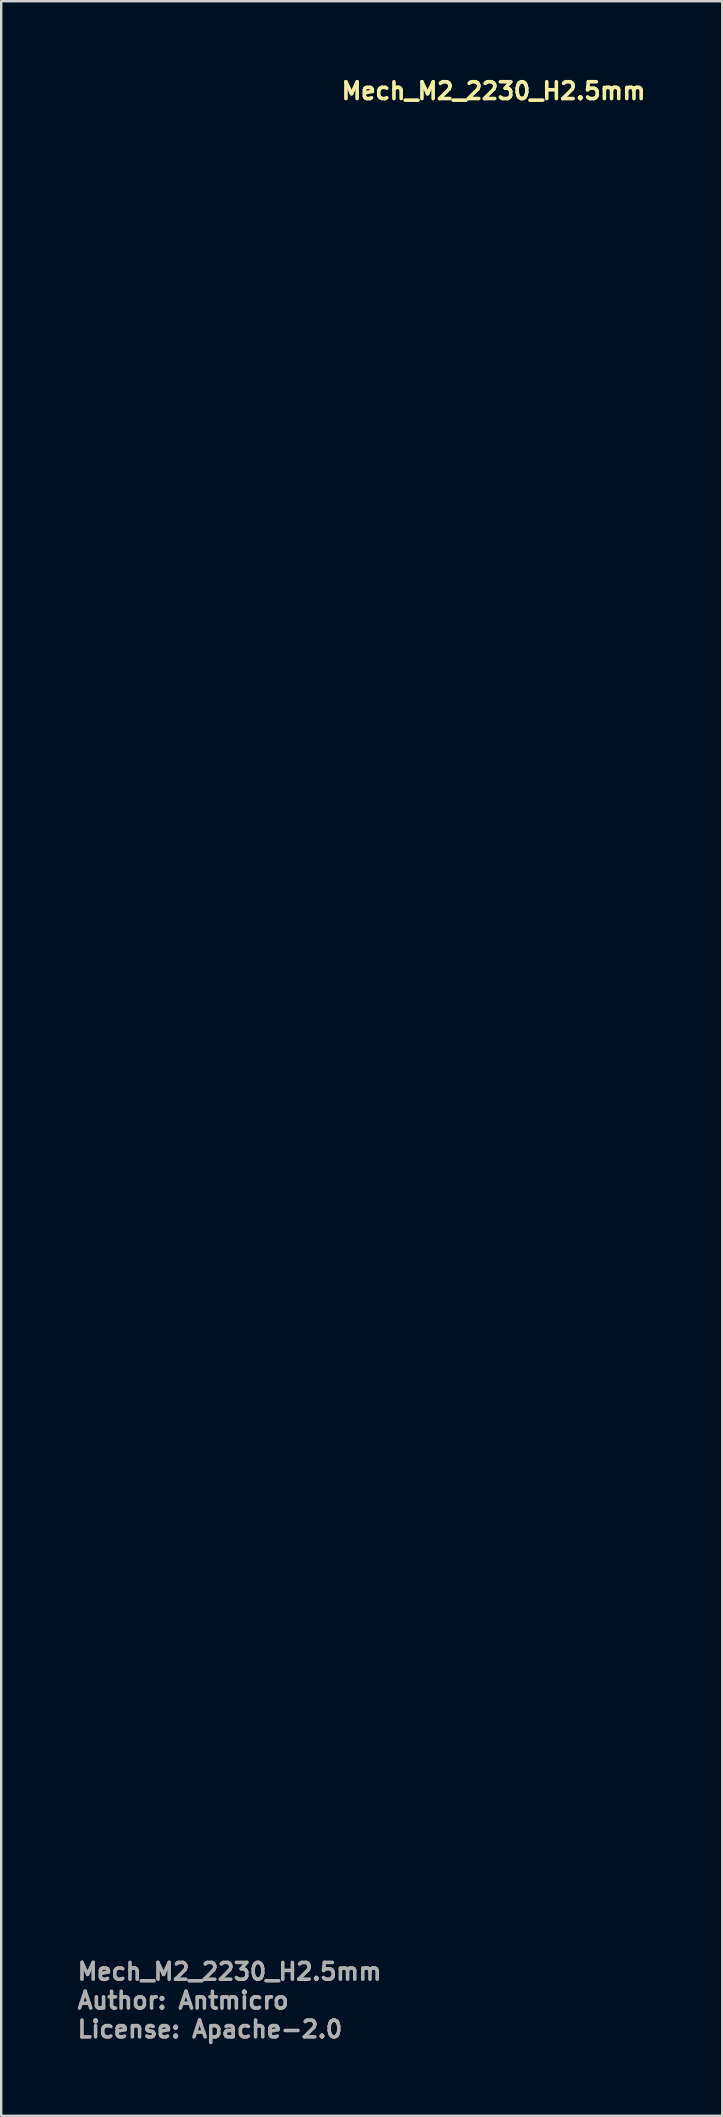
<source format=kicad_pcb>
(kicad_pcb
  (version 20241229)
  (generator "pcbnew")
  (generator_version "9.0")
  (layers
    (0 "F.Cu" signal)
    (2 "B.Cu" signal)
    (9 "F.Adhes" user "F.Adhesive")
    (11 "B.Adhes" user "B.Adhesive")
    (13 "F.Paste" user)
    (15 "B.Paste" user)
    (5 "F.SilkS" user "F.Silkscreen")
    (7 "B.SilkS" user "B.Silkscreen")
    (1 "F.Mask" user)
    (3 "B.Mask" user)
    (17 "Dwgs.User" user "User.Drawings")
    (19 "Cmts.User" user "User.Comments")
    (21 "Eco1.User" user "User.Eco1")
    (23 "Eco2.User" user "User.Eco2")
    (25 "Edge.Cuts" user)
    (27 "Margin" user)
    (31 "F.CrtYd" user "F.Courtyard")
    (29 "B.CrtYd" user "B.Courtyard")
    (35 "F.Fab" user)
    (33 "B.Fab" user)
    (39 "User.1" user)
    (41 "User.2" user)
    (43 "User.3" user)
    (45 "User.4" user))
  (footprint "Mech_M2_2230_H2.5mm"
    (layer "F.Cu")
    (at 11.1 13.26)
    (property "Reference" "Mech_M2_2230_H2.5mm" (at -0.001 -12.11 180) (layer "F.SilkS") (effects (font (size 0.7 0.7) (thickness 0.15)) (justify left bottom)))
    (attr exclude_from_pos_files exclude_from_bom allow_missing_courtyard)
    (fp_line (start -11 0) (end -11 30) (stroke (width 0.2) (type solid)) (layer "Eco1.User"))
    (fp_line (start -11 30) (end 10.999 30) (stroke (width 0.2) (type solid)) (layer "Eco1.User"))
    (fp_line (start 10.999 0) (end -11 0) (stroke (width 0.2) (type solid)) (layer "Eco1.User"))
    (fp_line (start 10.999 30) (end 10.999 0) (stroke (width 0.2) (type solid)) (layer "Eco1.User"))
    (fp_circle (center -0.001 0) (end -1.25 0) (stroke (width 0.2) (type solid)) (fill no) (layer "Eco1.User"))
    (fp_text user "${REFERENCE}" (at -11 66.248 0) (layer "F.Fab") (effects (font (size 0.7 0.7) (thickness 0.15)) (justify left bottom)))
    (fp_text user "License: Apache-2.0" (at -11 68.65 0) (layer "F.Fab") (effects (font (size 0.7 0.7) (thickness 0.15)) (justify left bottom)))
    (fp_text user "Author: Antmicro" (at -11 67.45 0) (layer "F.Fab") (effects (font (size 0.7 0.7) (thickness 0.15)) (justify left bottom))))
  (gr_rect
    (start -3 -3)
    (end 27.042 85.106)
    (stroke (width 0.1) (type default))
    (fill no)
    (layer "Edge.Cuts")))
</source>
